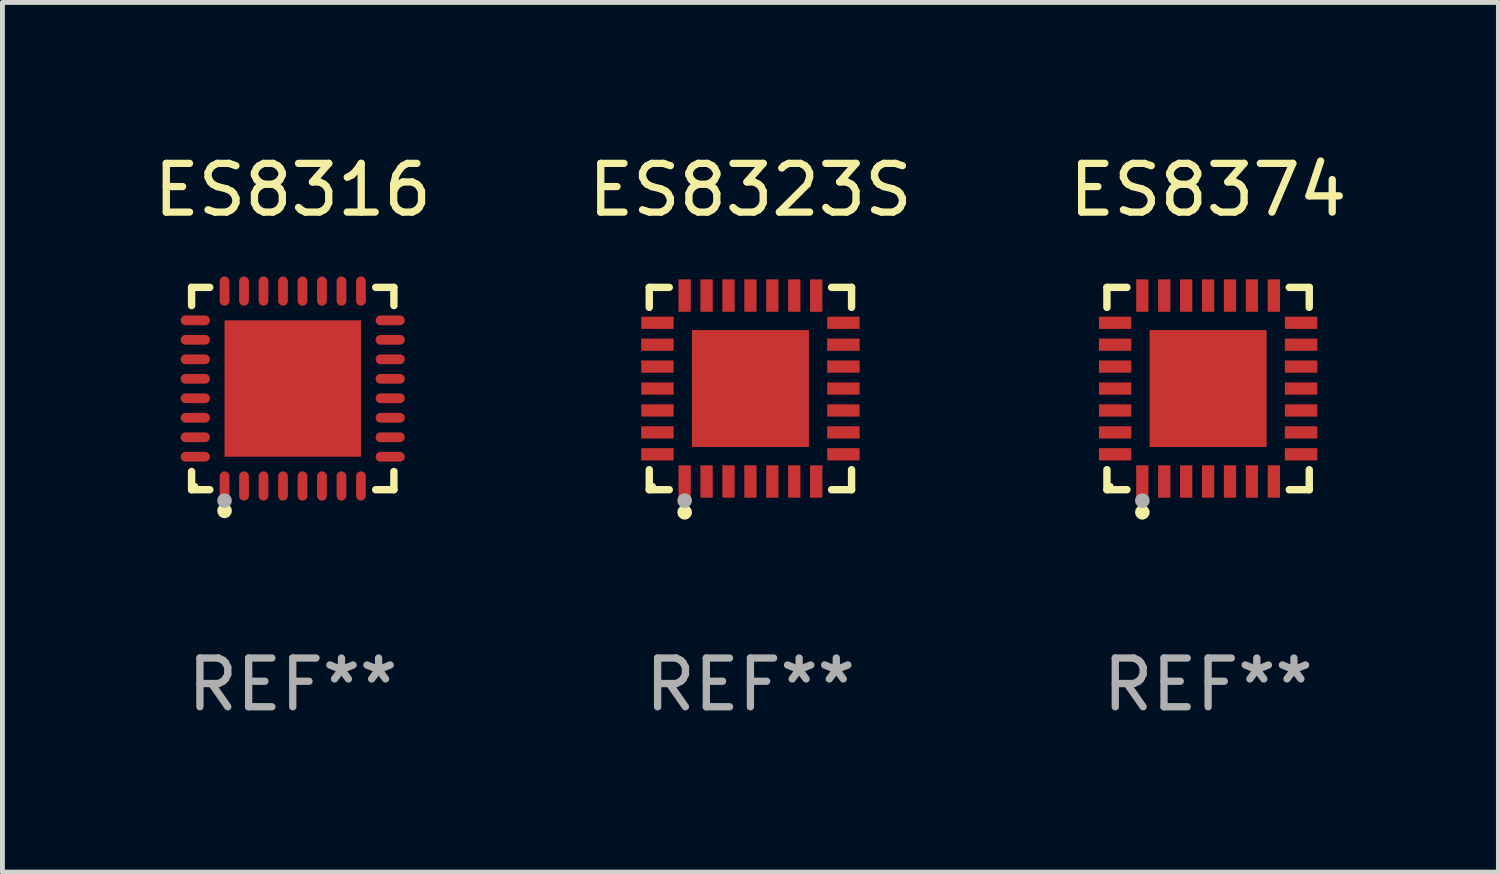
<source format=kicad_pcb>
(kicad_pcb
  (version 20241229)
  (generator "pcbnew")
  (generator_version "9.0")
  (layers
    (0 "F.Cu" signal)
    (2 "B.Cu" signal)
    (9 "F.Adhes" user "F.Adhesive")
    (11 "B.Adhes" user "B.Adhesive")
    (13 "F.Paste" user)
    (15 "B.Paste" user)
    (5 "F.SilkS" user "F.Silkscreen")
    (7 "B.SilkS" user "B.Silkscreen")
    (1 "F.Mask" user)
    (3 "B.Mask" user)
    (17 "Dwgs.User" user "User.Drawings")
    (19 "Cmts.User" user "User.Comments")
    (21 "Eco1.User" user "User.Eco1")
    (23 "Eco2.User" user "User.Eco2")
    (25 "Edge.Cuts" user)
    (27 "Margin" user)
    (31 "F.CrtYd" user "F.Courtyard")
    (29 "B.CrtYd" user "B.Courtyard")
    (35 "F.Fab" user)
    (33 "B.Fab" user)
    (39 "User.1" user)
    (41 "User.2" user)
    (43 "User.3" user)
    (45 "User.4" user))
  (footprint "ES8323S"
    (layer "F.Cu")
    (at 12.351 4.924)
    (property "Reference" "ES8323S" (at 0 -4.076 0) (layer "F.SilkS") (effects (font (size 1 1) (thickness 0.15))))
    (attr through_hole)
    (fp_line (start -2.076 -2.076) (end -1.666 -2.076) (stroke (width 0.152) (type solid)) (layer "F.SilkS"))
    (fp_line (start -2.076 -1.666) (end -2.076 -2.076) (stroke (width 0.152) (type solid)) (layer "F.SilkS"))
    (fp_line (start -2.076 1.666) (end -2.076 2.076) (stroke (width 0.152) (type solid)) (layer "F.SilkS"))
    (fp_line (start -2.076 2.076) (end -1.666 2.076) (stroke (width 0.152) (type solid)) (layer "F.SilkS"))
    (fp_line (start 2.076 -2.076) (end 1.666 -2.076) (stroke (width 0.152) (type solid)) (layer "F.SilkS"))
    (fp_line (start 2.076 -1.666) (end 2.076 -2.076) (stroke (width 0.152) (type solid)) (layer "F.SilkS"))
    (fp_line (start 2.076 1.666) (end 2.076 2.076) (stroke (width 0.152) (type solid)) (layer "F.SilkS"))
    (fp_line (start 2.076 2.076) (end 1.666 2.076) (stroke (width 0.152) (type solid)) (layer "F.SilkS"))
    (fp_circle (center -2 2) (end -1.97 2) (stroke (width 0.06) (type solid)) (fill no) (layer "F.SilkS"))
    (fp_circle (center -1.35 2.54) (end -1.275 2.54) (stroke (width 0.15) (type solid)) (fill no) (layer "F.SilkS"))
    (fp_circle (center -1.35 2.3) (end -1.275 2.3) (stroke (width 0.15) (type solid)) (fill no) (layer "F.Fab"))
    (fp_text user "REF**" (at 0 6.076 0) (layer "F.Fab") (effects (font (size 1 1) (thickness 0.15))))
    (pad "1" smd rect (at -1.35 1.908) (size 0.252 0.665) (layers "F.Cu" "F.Mask" "F.Paste"))
    (pad "2" smd rect (at -0.9 1.908) (size 0.252 0.665) (layers "F.Cu" "F.Mask" "F.Paste"))
    (pad "3" smd rect (at -0.45 1.908) (size 0.252 0.665) (layers "F.Cu" "F.Mask" "F.Paste"))
    (pad "4" smd rect (at 0 1.908) (size 0.252 0.665) (layers "F.Cu" "F.Mask" "F.Paste"))
    (pad "5" smd rect (at 0.45 1.908) (size 0.252 0.665) (layers "F.Cu" "F.Mask" "F.Paste"))
    (pad "6" smd rect (at 0.9 1.908) (size 0.252 0.665) (layers "F.Cu" "F.Mask" "F.Paste"))
    (pad "7" smd rect (at 1.35 1.908) (size 0.252 0.665) (layers "F.Cu" "F.Mask" "F.Paste"))
    (pad "8" smd rect (at 1.908 1.35) (size 0.665 0.252) (layers "F.Cu" "F.Mask" "F.Paste"))
    (pad "9" smd rect (at 1.908 0.9) (size 0.665 0.252) (layers "F.Cu" "F.Mask" "F.Paste"))
    (pad "10" smd rect (at 1.908 0.45) (size 0.665 0.252) (layers "F.Cu" "F.Mask" "F.Paste"))
    (pad "11" smd rect (at 1.908 0) (size 0.665 0.252) (layers "F.Cu" "F.Mask" "F.Paste"))
    (pad "12" smd rect (at 1.908 -0.45) (size 0.665 0.252) (layers "F.Cu" "F.Mask" "F.Paste"))
    (pad "13" smd rect (at 1.908 -0.9) (size 0.665 0.252) (layers "F.Cu" "F.Mask" "F.Paste"))
    (pad "14" smd rect (at 1.908 -1.35) (size 0.665 0.252) (layers "F.Cu" "F.Mask" "F.Paste"))
    (pad "15" smd rect (at 1.35 -1.908) (size 0.252 0.665) (layers "F.Cu" "F.Mask" "F.Paste"))
    (pad "16" smd rect (at 0.9 -1.908) (size 0.252 0.665) (layers "F.Cu" "F.Mask" "F.Paste"))
    (pad "17" smd rect (at 0.45 -1.908) (size 0.252 0.665) (layers "F.Cu" "F.Mask" "F.Paste"))
    (pad "18" smd rect (at 0 -1.908) (size 0.252 0.665) (layers "F.Cu" "F.Mask" "F.Paste"))
    (pad "19" smd rect (at -0.45 -1.908) (size 0.252 0.665) (layers "F.Cu" "F.Mask" "F.Paste"))
    (pad "20" smd rect (at -0.9 -1.908) (size 0.252 0.665) (layers "F.Cu" "F.Mask" "F.Paste"))
    (pad "21" smd rect (at -1.35 -1.908) (size 0.252 0.665) (layers "F.Cu" "F.Mask" "F.Paste"))
    (pad "22" smd rect (at -1.908 -1.35) (size 0.665 0.252) (layers "F.Cu" "F.Mask" "F.Paste"))
    (pad "23" smd rect (at -1.908 -0.9) (size 0.665 0.252) (layers "F.Cu" "F.Mask" "F.Paste"))
    (pad "24" smd rect (at -1.908 -0.45) (size 0.665 0.252) (layers "F.Cu" "F.Mask" "F.Paste"))
    (pad "25" smd rect (at -1.908 0) (size 0.665 0.252) (layers "F.Cu" "F.Mask" "F.Paste"))
    (pad "26" smd rect (at -1.908 0.45) (size 0.665 0.252) (layers "F.Cu" "F.Mask" "F.Paste"))
    (pad "27" smd rect (at -1.908 0.9) (size 0.665 0.252) (layers "F.Cu" "F.Mask" "F.Paste"))
    (pad "28" smd rect (at -1.908 1.35) (size 0.665 0.252) (layers "F.Cu" "F.Mask" "F.Paste"))
    (pad "29" smd rect (at 0 0) (size 2.4 2.4) (layers "F.Cu" "F.Mask" "F.Paste")))
  (footprint "ES8316"
    (layer "F.Cu")
    (at 2.958 4.924)
    (property "Reference" "ES8316" (at 0 -4.076 0) (layer "F.SilkS") (effects (font (size 1 1) (thickness 0.15))))
    (attr through_hole)
    (fp_line (start -2.076 -2.076) (end -1.703 -2.076) (stroke (width 0.152) (type solid)) (layer "F.SilkS"))
    (fp_line (start -2.076 -1.703) (end -2.076 -2.076) (stroke (width 0.152) (type solid)) (layer "F.SilkS"))
    (fp_line (start -2.076 1.703) (end -2.076 2.076) (stroke (width 0.152) (type solid)) (layer "F.SilkS"))
    (fp_line (start -2.076 2.076) (end -1.703 2.076) (stroke (width 0.152) (type solid)) (layer "F.SilkS"))
    (fp_line (start 2.076 -2.076) (end 1.703 -2.076) (stroke (width 0.152) (type solid)) (layer "F.SilkS"))
    (fp_line (start 2.076 -1.703) (end 2.076 -2.076) (stroke (width 0.152) (type solid)) (layer "F.SilkS"))
    (fp_line (start 2.076 1.703) (end 2.076 2.076) (stroke (width 0.152) (type solid)) (layer "F.SilkS"))
    (fp_line (start 2.076 2.076) (end 1.703 2.076) (stroke (width 0.152) (type solid)) (layer "F.SilkS"))
    (fp_circle (center -2 2) (end -1.97 2) (stroke (width 0.06) (type solid)) (fill no) (layer "F.SilkS"))
    (fp_circle (center -1.4 2.51) (end -1.325 2.51) (stroke (width 0.15) (type solid)) (fill no) (layer "F.SilkS"))
    (fp_circle (center -1.4 2.3) (end -1.325 2.3) (stroke (width 0.15) (type solid)) (fill no) (layer "F.Fab"))
    (fp_text user "REF**" (at 0 6.076 0) (layer "F.Fab") (effects (font (size 1 1) (thickness 0.15))))
    (pad "1" smd oval (at -1.4 2) (size 0.2 0.6) (layers "F.Cu" "F.Mask" "F.Paste"))
    (pad "2" smd oval (at -1 2) (size 0.2 0.6) (layers "F.Cu" "F.Mask" "F.Paste"))
    (pad "3" smd oval (at -0.6 2) (size 0.2 0.6) (layers "F.Cu" "F.Mask" "F.Paste"))
    (pad "4" smd oval (at -0.2 2) (size 0.2 0.6) (layers "F.Cu" "F.Mask" "F.Paste"))
    (pad "5" smd oval (at 0.2 2) (size 0.2 0.6) (layers "F.Cu" "F.Mask" "F.Paste"))
    (pad "6" smd oval (at 0.6 2) (size 0.2 0.6) (layers "F.Cu" "F.Mask" "F.Paste"))
    (pad "7" smd oval (at 1 2) (size 0.2 0.6) (layers "F.Cu" "F.Mask" "F.Paste"))
    (pad "8" smd oval (at 1.4 2) (size 0.2 0.6) (layers "F.Cu" "F.Mask" "F.Paste"))
    (pad "9" smd oval (at 2 1.4) (size 0.6 0.2) (layers "F.Cu" "F.Mask" "F.Paste"))
    (pad "10" smd oval (at 2 1) (size 0.6 0.2) (layers "F.Cu" "F.Mask" "F.Paste"))
    (pad "11" smd oval (at 2 0.6) (size 0.6 0.2) (layers "F.Cu" "F.Mask" "F.Paste"))
    (pad "12" smd oval (at 2 0.2) (size 0.6 0.2) (layers "F.Cu" "F.Mask" "F.Paste"))
    (pad "13" smd oval (at 2 -0.2) (size 0.6 0.2) (layers "F.Cu" "F.Mask" "F.Paste"))
    (pad "14" smd oval (at 2 -0.6) (size 0.6 0.2) (layers "F.Cu" "F.Mask" "F.Paste"))
    (pad "15" smd oval (at 2 -1) (size 0.6 0.2) (layers "F.Cu" "F.Mask" "F.Paste"))
    (pad "16" smd oval (at 2 -1.4) (size 0.6 0.2) (layers "F.Cu" "F.Mask" "F.Paste"))
    (pad "17" smd oval (at 1.4 -2) (size 0.2 0.6) (layers "F.Cu" "F.Mask" "F.Paste"))
    (pad "18" smd oval (at 1 -2) (size 0.2 0.6) (layers "F.Cu" "F.Mask" "F.Paste"))
    (pad "19" smd oval (at 0.6 -2) (size 0.2 0.6) (layers "F.Cu" "F.Mask" "F.Paste"))
    (pad "20" smd oval (at 0.2 -2) (size 0.2 0.6) (layers "F.Cu" "F.Mask" "F.Paste"))
    (pad "21" smd oval (at -0.2 -2) (size 0.2 0.6) (layers "F.Cu" "F.Mask" "F.Paste"))
    (pad "22" smd oval (at -0.6 -2) (size 0.2 0.6) (layers "F.Cu" "F.Mask" "F.Paste"))
    (pad "23" smd oval (at -1 -2) (size 0.2 0.6) (layers "F.Cu" "F.Mask" "F.Paste"))
    (pad "24" smd oval (at -1.4 -2) (size 0.2 0.6) (layers "F.Cu" "F.Mask" "F.Paste"))
    (pad "25" smd oval (at -2 -1.4) (size 0.6 0.2) (layers "F.Cu" "F.Mask" "F.Paste"))
    (pad "26" smd oval (at -2 -1) (size 0.6 0.2) (layers "F.Cu" "F.Mask" "F.Paste"))
    (pad "27" smd oval (at -2 -0.6) (size 0.6 0.2) (layers "F.Cu" "F.Mask" "F.Paste"))
    (pad "28" smd oval (at -2 -0.2) (size 0.6 0.2) (layers "F.Cu" "F.Mask" "F.Paste"))
    (pad "29" smd oval (at -2 0.2) (size 0.6 0.2) (layers "F.Cu" "F.Mask" "F.Paste"))
    (pad "30" smd oval (at -2 0.6) (size 0.6 0.2) (layers "F.Cu" "F.Mask" "F.Paste"))
    (pad "31" smd oval (at -2 1) (size 0.6 0.2) (layers "F.Cu" "F.Mask" "F.Paste"))
    (pad "32" smd oval (at -2 1.4) (size 0.6 0.2) (layers "F.Cu" "F.Mask" "F.Paste"))
    (pad "33" smd rect (at 0 0) (size 2.8 2.8) (layers "F.Cu" "F.Mask" "F.Paste")))
  (footprint "ES8374"
    (layer "F.Cu")
    (at 21.744 4.924)
    (property "Reference" "ES8374" (at 0 -4.076 0) (layer "F.SilkS") (effects (font (size 1 1) (thickness 0.15))))
    (attr through_hole)
    (fp_line (start -2.076 -2.076) (end -1.666 -2.076) (stroke (width 0.152) (type solid)) (layer "F.SilkS"))
    (fp_line (start -2.076 -1.666) (end -2.076 -2.076) (stroke (width 0.152) (type solid)) (layer "F.SilkS"))
    (fp_line (start -2.076 1.666) (end -2.076 2.076) (stroke (width 0.152) (type solid)) (layer "F.SilkS"))
    (fp_line (start -2.076 2.076) (end -1.666 2.076) (stroke (width 0.152) (type solid)) (layer "F.SilkS"))
    (fp_line (start 2.076 -2.076) (end 1.666 -2.076) (stroke (width 0.152) (type solid)) (layer "F.SilkS"))
    (fp_line (start 2.076 -1.666) (end 2.076 -2.076) (stroke (width 0.152) (type solid)) (layer "F.SilkS"))
    (fp_line (start 2.076 1.666) (end 2.076 2.076) (stroke (width 0.152) (type solid)) (layer "F.SilkS"))
    (fp_line (start 2.076 2.076) (end 1.666 2.076) (stroke (width 0.152) (type solid)) (layer "F.SilkS"))
    (fp_circle (center -2 2) (end -1.97 2) (stroke (width 0.06) (type solid)) (fill no) (layer "F.SilkS"))
    (fp_circle (center -1.35 2.54) (end -1.275 2.54) (stroke (width 0.15) (type solid)) (fill no) (layer "F.SilkS"))
    (fp_circle (center -1.35 2.3) (end -1.275 2.3) (stroke (width 0.15) (type solid)) (fill no) (layer "F.Fab"))
    (fp_text user "REF**" (at 0 6.076 0) (layer "F.Fab") (effects (font (size 1 1) (thickness 0.15))))
    (pad "1" smd rect (at -1.35 1.908) (size 0.252 0.665) (layers "F.Cu" "F.Mask" "F.Paste"))
    (pad "2" smd rect (at -0.9 1.908) (size 0.252 0.665) (layers "F.Cu" "F.Mask" "F.Paste"))
    (pad "3" smd rect (at -0.45 1.908) (size 0.252 0.665) (layers "F.Cu" "F.Mask" "F.Paste"))
    (pad "4" smd rect (at 0 1.908) (size 0.252 0.665) (layers "F.Cu" "F.Mask" "F.Paste"))
    (pad "5" smd rect (at 0.45 1.908) (size 0.252 0.665) (layers "F.Cu" "F.Mask" "F.Paste"))
    (pad "6" smd rect (at 0.9 1.908) (size 0.252 0.665) (layers "F.Cu" "F.Mask" "F.Paste"))
    (pad "7" smd rect (at 1.35 1.908) (size 0.252 0.665) (layers "F.Cu" "F.Mask" "F.Paste"))
    (pad "8" smd rect (at 1.908 1.35) (size 0.665 0.252) (layers "F.Cu" "F.Mask" "F.Paste"))
    (pad "9" smd rect (at 1.908 0.9) (size 0.665 0.252) (layers "F.Cu" "F.Mask" "F.Paste"))
    (pad "10" smd rect (at 1.908 0.45) (size 0.665 0.252) (layers "F.Cu" "F.Mask" "F.Paste"))
    (pad "11" smd rect (at 1.908 0) (size 0.665 0.252) (layers "F.Cu" "F.Mask" "F.Paste"))
    (pad "12" smd rect (at 1.908 -0.45) (size 0.665 0.252) (layers "F.Cu" "F.Mask" "F.Paste"))
    (pad "13" smd rect (at 1.908 -0.9) (size 0.665 0.252) (layers "F.Cu" "F.Mask" "F.Paste"))
    (pad "14" smd rect (at 1.908 -1.35) (size 0.665 0.252) (layers "F.Cu" "F.Mask" "F.Paste"))
    (pad "15" smd rect (at 1.35 -1.908) (size 0.252 0.665) (layers "F.Cu" "F.Mask" "F.Paste"))
    (pad "16" smd rect (at 0.9 -1.908) (size 0.252 0.665) (layers "F.Cu" "F.Mask" "F.Paste"))
    (pad "17" smd rect (at 0.45 -1.908) (size 0.252 0.665) (layers "F.Cu" "F.Mask" "F.Paste"))
    (pad "18" smd rect (at 0 -1.908) (size 0.252 0.665) (layers "F.Cu" "F.Mask" "F.Paste"))
    (pad "19" smd rect (at -0.45 -1.908) (size 0.252 0.665) (layers "F.Cu" "F.Mask" "F.Paste"))
    (pad "20" smd rect (at -0.9 -1.908) (size 0.252 0.665) (layers "F.Cu" "F.Mask" "F.Paste"))
    (pad "21" smd rect (at -1.35 -1.908) (size 0.252 0.665) (layers "F.Cu" "F.Mask" "F.Paste"))
    (pad "22" smd rect (at -1.908 -1.35) (size 0.665 0.252) (layers "F.Cu" "F.Mask" "F.Paste"))
    (pad "23" smd rect (at -1.908 -0.9) (size 0.665 0.252) (layers "F.Cu" "F.Mask" "F.Paste"))
    (pad "24" smd rect (at -1.908 -0.45) (size 0.665 0.252) (layers "F.Cu" "F.Mask" "F.Paste"))
    (pad "25" smd rect (at -1.908 0) (size 0.665 0.252) (layers "F.Cu" "F.Mask" "F.Paste"))
    (pad "26" smd rect (at -1.908 0.45) (size 0.665 0.252) (layers "F.Cu" "F.Mask" "F.Paste"))
    (pad "27" smd rect (at -1.908 0.9) (size 0.665 0.252) (layers "F.Cu" "F.Mask" "F.Paste"))
    (pad "28" smd rect (at -1.908 1.35) (size 0.665 0.252) (layers "F.Cu" "F.Mask" "F.Paste"))
    (pad "29" smd rect (at 0 0) (size 2.4 2.4) (layers "F.Cu" "F.Mask" "F.Paste")))
  (gr_rect
    (start -3 -3)
    (end 27.702 14.849)
    (stroke (width 0.1) (type default))
    (fill no)
    (layer "Edge.Cuts")))
</source>
